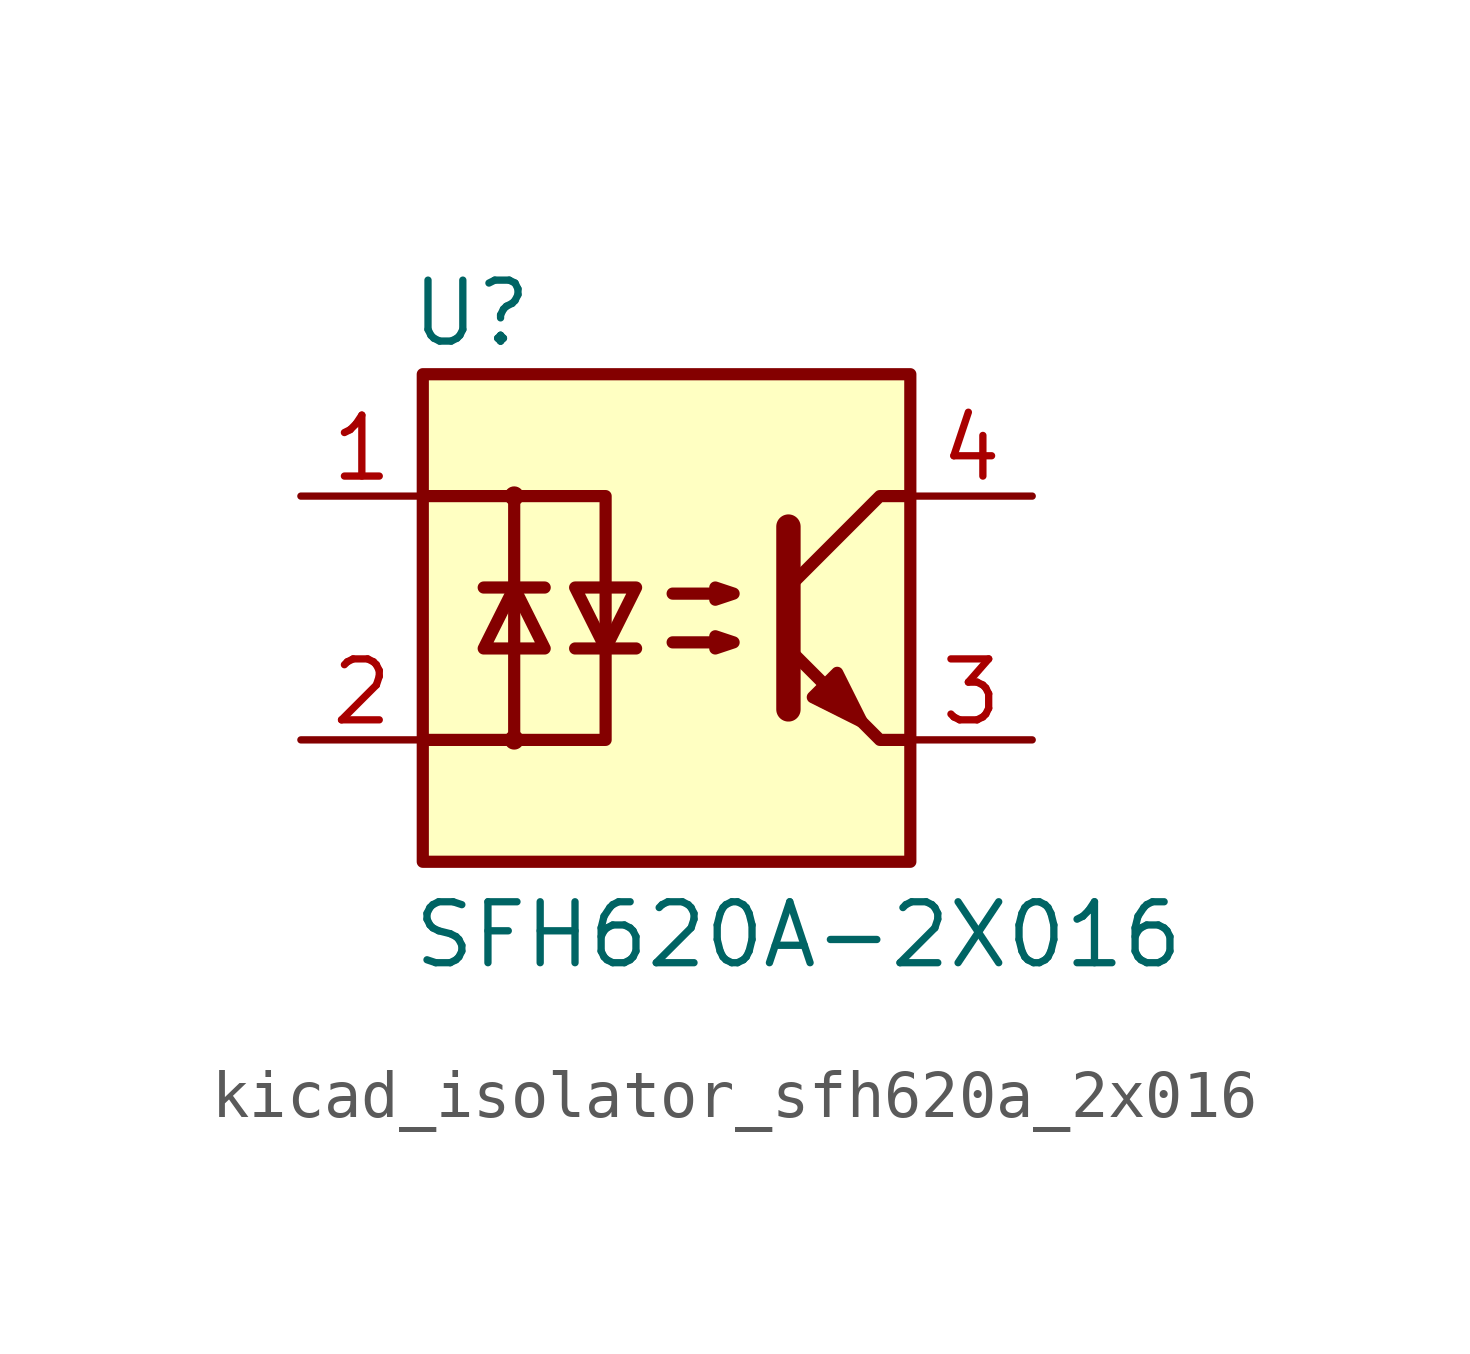
<source format=kicad_sym>
(kicad_symbol_lib
  (version 20220914)
  (generator kicad_symbol_editor)
  (symbol "kicad_isolator_sfh620a_2x016"
    (pin_names
      (offset 1.016))
    (property "Reference" "U"
      (at -4.064 6.35 0)
      (effects (font (size 1.27 1.27))))
    (property "Value" "SFH620A-2X016"
      (at -5.334 -6.604 0)
      (effects (font (size 1.27 1.27)) (justify left)))
    (symbol "kicad_isolator_sfh620a_2x016_1_1"
      (rectangle (start -5.08 5.08) (end 5.08 -5.08) (stroke (width 0.254) (type default)) (fill (type background)))
      (circle (center -3.175 -2.54) (radius 0.127) (stroke (width 0) (type default)) (fill (type none)))
      (circle (center -3.175 2.54) (radius 0.127) (stroke (width 0) (type default)) (fill (type none)))
      (polyline (pts (xy -3.81 0.635) (xy -2.54 0.635)) (stroke (width 0.254) (type default)) (fill (type none)))
      (polyline (pts (xy -1.905 -0.635) (xy -0.635 -0.635)) (stroke (width 0.254) (type default)) (fill (type none)))
      (polyline (pts (xy 2.54 1.905) (xy 2.54 -1.905) (xy 2.54 -1.905)) (stroke (width 0.508) (type default)) (fill (type none)))
      (polyline (pts (xy 5.08 -2.54) (xy 4.445 -2.54) (xy 2.54 -0.635)) (stroke (width 0.254) (type default)) (fill (type none)))
      (polyline (pts (xy 5.08 2.54) (xy 4.445 2.54) (xy 2.54 0.635)) (stroke (width 0.254) (type default)) (fill (type none)))
      (polyline (pts (xy -5.08 2.54) (xy -3.175 2.54) (xy -3.175 -2.54) (xy -5.08 -2.54)) (stroke (width 0.254) (type default)) (fill (type none)))
      (polyline (pts (xy -3.175 -2.54) (xy -1.27 -2.54) (xy -1.27 2.54) (xy -3.175 2.54)) (stroke (width 0.254) (type default)) (fill (type none)))
      (polyline (pts (xy -3.175 0.635) (xy -3.81 -0.635) (xy -2.54 -0.635) (xy -3.175 0.635)) (stroke (width 0.254) (type default)) (fill (type none)))
      (polyline (pts (xy -1.27 -0.635) (xy -1.905 0.635) (xy -0.635 0.635) (xy -1.27 -0.635)) (stroke (width 0.254) (type default)) (fill (type none)))
      (polyline (pts (xy 0.127 -0.508) (xy 1.397 -0.508) (xy 1.016 -0.635) (xy 1.016 -0.381) (xy 1.397 -0.508)) (stroke (width 0.254) (type default)) (fill (type none)))
      (polyline (pts (xy 0.127 0.508) (xy 1.397 0.508) (xy 1.016 0.381) (xy 1.016 0.635) (xy 1.397 0.508)) (stroke (width 0.254) (type default)) (fill (type none)))
      (polyline (pts (xy 3.048 -1.651) (xy 3.556 -1.143) (xy 4.064 -2.159) (xy 3.048 -1.651) (xy 3.048 -1.651)) (stroke (width 0.254) (type default)) (fill (type outline)))
      (pin passive line (at -7.62 2.54 0) (length 2.54) (name "~" (effects (font (size 1.27 1.27)))) (number "1" (effects (font (size 1.27 1.27)))))
      (pin passive line (at -7.62 -2.54 0) (length 2.54) (name "~" (effects (font (size 1.27 1.27)))) (number "2" (effects (font (size 1.27 1.27)))))
      (pin passive line (at 7.62 -2.54 180) (length 2.54) (name "~" (effects (font (size 1.27 1.27)))) (number "3" (effects (font (size 1.27 1.27)))))
      (pin passive line (at 7.62 2.54 180) (length 2.54) (name "~" (effects (font (size 1.27 1.27)))) (number "4" (effects (font (size 1.27 1.27))))))))
</source>
